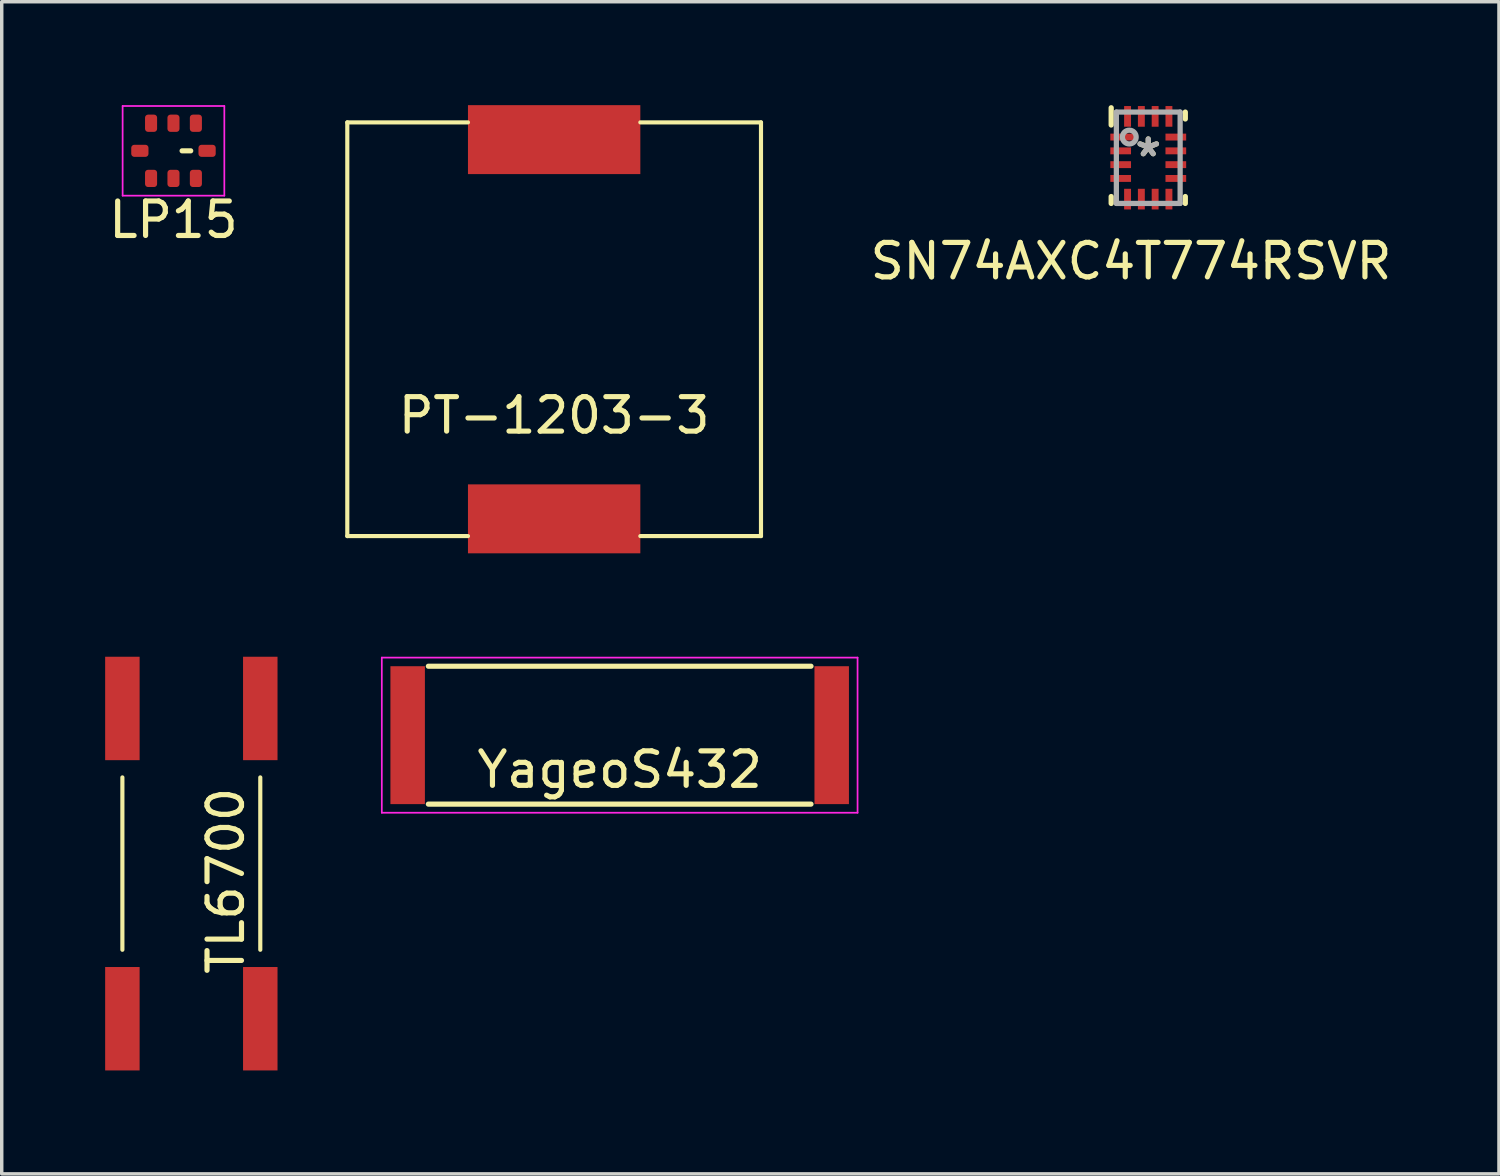
<source format=kicad_pcb>
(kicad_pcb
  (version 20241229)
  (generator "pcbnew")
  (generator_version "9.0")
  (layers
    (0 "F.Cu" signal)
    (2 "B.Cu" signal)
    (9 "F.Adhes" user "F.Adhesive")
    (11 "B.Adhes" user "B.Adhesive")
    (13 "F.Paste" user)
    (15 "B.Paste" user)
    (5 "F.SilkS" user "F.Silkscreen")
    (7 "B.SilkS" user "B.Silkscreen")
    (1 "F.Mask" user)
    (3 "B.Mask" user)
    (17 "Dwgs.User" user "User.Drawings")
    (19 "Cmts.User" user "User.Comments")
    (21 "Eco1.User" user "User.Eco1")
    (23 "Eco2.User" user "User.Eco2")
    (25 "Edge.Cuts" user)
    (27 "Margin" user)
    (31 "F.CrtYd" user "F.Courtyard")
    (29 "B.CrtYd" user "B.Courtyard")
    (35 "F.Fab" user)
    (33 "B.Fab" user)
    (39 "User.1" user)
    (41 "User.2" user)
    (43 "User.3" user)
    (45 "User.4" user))
  (footprint "PT-1203-3"
    (layer "F.Cu")
    (at 13.024 6.5)
    (property "Reference" "PT-1203-3" (at 0 2.5 0) (layer "F.SilkS") (effects (font (size 1 1) (thickness 0.15))))
    (attr through_hole)
    (fp_line (start -6 -6) (end -6 6) (stroke (width 0.12) (type solid)) (layer "F.SilkS"))
    (fp_line (start -6 6) (end -2.5 6) (stroke (width 0.12) (type solid)) (layer "F.SilkS"))
    (fp_line (start -2.5 -6) (end -6 -6) (stroke (width 0.12) (type solid)) (layer "F.SilkS"))
    (fp_line (start 2.5 6) (end 6 6) (stroke (width 0.12) (type solid)) (layer "F.SilkS"))
    (fp_line (start 6 -6) (end 2.5 -6) (stroke (width 0.12) (type solid)) (layer "F.SilkS"))
    (fp_line (start 6 6) (end 6 -6) (stroke (width 0.12) (type solid)) (layer "F.SilkS"))
    (pad "1" smd rect (at 0 -5.5) (size 5 2) (layers "F.Cu" "F.Mask" "F.Paste"))
    (pad "2" smd rect (at 0 5.5) (size 5 2) (layers "F.Cu" "F.Mask" "F.Paste")))
  (footprint "LP15"
    (layer "F.Cu")
    (at 1.982 1.325)
    (property "Reference" "LP15" (at 0 2 0) (layer "F.SilkS") (effects (font (size 1 1) (thickness 0.15))))
    (attr smd)
    (fp_line (start 0.25 0) (end 0.5 0) (stroke (width 0.15) (type solid)) (layer "F.SilkS"))
    (fp_line (start -1.475 -1.3) (end 1.475 -1.3) (stroke (width 0.05) (type solid)) (layer "F.CrtYd"))
    (fp_line (start -1.475 1.3) (end -1.475 -1.3) (stroke (width 0.05) (type solid)) (layer "F.CrtYd"))
    (fp_line (start 1.475 -1.3) (end 1.475 1.3) (stroke (width 0.05) (type solid)) (layer "F.CrtYd"))
    (fp_line (start 1.475 1.3) (end -1.475 1.3) (stroke (width 0.05) (type solid)) (layer "F.CrtYd"))
    (pad "1" smd roundrect (at 0.65 -0.8 90) (size 0.5 0.35) (layers "F.Cu" "F.Mask" "F.Paste") (roundrect_rratio 0.25))
    (pad "2" smd roundrect (at 0 -0.8 90) (size 0.5 0.35) (layers "F.Cu" "F.Mask" "F.Paste") (roundrect_rratio 0.25))
    (pad "3" smd roundrect (at -0.65 -0.8 90) (size 0.5 0.35) (layers "F.Cu" "F.Mask" "F.Paste") (roundrect_rratio 0.25))
    (pad "4" smd roundrect (at -0.975 0 180) (size 0.5 0.35) (layers "F.Cu" "F.Mask" "F.Paste") (roundrect_rratio 0.25))
    (pad "5" smd roundrect (at -0.65 0.8 90) (size 0.5 0.35) (layers "F.Cu" "F.Mask" "F.Paste") (roundrect_rratio 0.25))
    (pad "6" smd roundrect (at 0 0.8 90) (size 0.5 0.35) (layers "F.Cu" "F.Mask" "F.Paste") (roundrect_rratio 0.25))
    (pad "7" smd roundrect (at 0.65 0.8 90) (size 0.5 0.35) (layers "F.Cu" "F.Mask" "F.Paste") (roundrect_rratio 0.25))
    (pad "8" smd roundrect (at 0.975 0 180) (size 0.5 0.35) (layers "F.Cu" "F.Mask" "F.Paste") (roundrect_rratio 0.25)))
  (footprint "YageoS432"
    (layer "F.Cu")
    (at 14.925 18.275)
    (property "Reference" "YageoS432" (at 0 1 0) (layer "F.SilkS") (effects (font (size 1 1) (thickness 0.15))))
    (attr through_hole)
    (fp_line (start -5.55 -2) (end 5.55 -2) (stroke (width 0.15) (type solid)) (layer "F.SilkS"))
    (fp_line (start -5.55 2) (end 5.55 2) (stroke (width 0.15) (type solid)) (layer "F.SilkS"))
    (fp_line (start -6.9 -2.25) (end 6.9 -2.25) (stroke (width 0.05) (type solid)) (layer "F.CrtYd"))
    (fp_line (start -6.9 2.25) (end -6.9 -2.25) (stroke (width 0.05) (type solid)) (layer "F.CrtYd"))
    (fp_line (start 6.9 -2.25) (end 6.9 2.25) (stroke (width 0.05) (type solid)) (layer "F.CrtYd"))
    (fp_line (start 6.9 2.25) (end -6.9 2.25) (stroke (width 0.05) (type solid)) (layer "F.CrtYd"))
    (pad "1" smd rect (at -6.15 0) (size 1 4) (layers "F.Cu" "F.Mask" "F.Paste"))
    (pad "2" smd rect (at 6.15 0) (size 1 4) (layers "F.Cu" "F.Mask" "F.Paste")))
  (footprint "TL6700"
    (layer "F.Cu")
    (at 2.5 22)
    (property "Reference" "TL6700" (at 1 0.5 90) (layer "F.SilkS") (effects (font (size 1 1) (thickness 0.15))))
    (attr through_hole)
    (fp_line (start -2 -2.5) (end -2 2.5) (stroke (width 0.12) (type solid)) (layer "F.SilkS"))
    (fp_line (start 2 2.5) (end 2 -2.5) (stroke (width 0.12) (type solid)) (layer "F.SilkS"))
    (pad "1" smd rect (at -2 -4.5) (size 1 3) (layers "F.Cu" "F.Mask" "F.Paste"))
    (pad "2" smd rect (at 2 4.5) (size 1 3) (layers "F.Cu" "F.Mask" "F.Paste"))
    (pad "3" smd rect (at 2 -4.5) (size 1 3) (layers "F.Cu" "F.Mask" "F.Paste"))
    (pad "4" smd rect (at -2 4.5) (size 1 3) (layers "F.Cu" "F.Mask" "F.Paste")))
  (footprint "SN74AXC4T774RSVR"
    (layer "F.Cu")
    (at 30.257 1.526)
    (property "Reference" "SN74AXC4T774RSVR" (at -0.5 3 0) (layer "F.SilkS") (effects (font (size 1 1) (thickness 0.15))))
    (attr smd)
    (fp_line (start -1.075 1.325) (end -1.075 1.125) (stroke (width 0.152) (type solid)) (layer "F.SilkS"))
    (fp_line (start -1.075 -0.95) (end -1.075 -1.45) (stroke (width 0.152) (type solid)) (layer "F.SilkS"))
    (fp_line (start 1.075 -1.125) (end 1.075 -1.325) (stroke (width 0.152) (type solid)) (layer "F.SilkS"))
    (fp_line (start 1.075 1.325) (end 1.075 1.125) (stroke (width 0.152) (type solid)) (layer "F.SilkS"))
    (fp_line (start -0.925 -1.325) (end 0.925 -1.325) (stroke (width 0.152) (type solid)) (layer "F.Fab"))
    (fp_line (start -0.925 1.325) (end -0.925 -1.325) (stroke (width 0.152) (type solid)) (layer "F.Fab"))
    (fp_line (start -0.925 1.325) (end 0.925 1.325) (stroke (width 0.152) (type solid)) (layer "F.Fab"))
    (fp_line (start 0.925 1.325) (end 0.925 -1.325) (stroke (width 0.152) (type solid)) (layer "F.Fab"))
    (fp_circle (center -0.55 -0.6) (end -0.35 -0.6) (stroke (width 0.152) (type solid)) (fill no) (layer "F.Fab"))
    (fp_text user "*" (at 0 0 0) (layer "F.SilkS") (effects (font (size 1 1) (thickness 0.15))))
    (fp_text user "*" (at 0 0 0) (layer "F.Fab") (effects (font (size 1 1) (thickness 0.15))))
    (pad "1" smd rect (at -0.75 -0.6 90) (size 0.2 0.7) (layers "F.Cu" "F.Mask" "F.Paste"))
    (pad "2" smd rect (at -0.8 -0.2 90) (size 0.2 0.6) (layers "F.Cu" "F.Mask" "F.Paste"))
    (pad "3" smd rect (at -0.8 0.2 90) (size 0.2 0.6) (layers "F.Cu" "F.Mask" "F.Paste"))
    (pad "4" smd rect (at -0.8 0.6 90) (size 0.2 0.6) (layers "F.Cu" "F.Mask" "F.Paste"))
    (pad "5" smd rect (at -0.6 1.2) (size 0.2 0.6) (layers "F.Cu" "F.Mask" "F.Paste"))
    (pad "6" smd rect (at -0.2 1.2) (size 0.2 0.6) (layers "F.Cu" "F.Mask" "F.Paste"))
    (pad "7" smd rect (at 0.2 1.2) (size 0.2 0.6) (layers "F.Cu" "F.Mask" "F.Paste"))
    (pad "8" smd rect (at 0.6 1.2) (size 0.2 0.6) (layers "F.Cu" "F.Mask" "F.Paste"))
    (pad "9" smd rect (at 0.8 0.6 90) (size 0.2 0.6) (layers "F.Cu" "F.Mask" "F.Paste"))
    (pad "10" smd rect (at 0.8 0.2 90) (size 0.2 0.6) (layers "F.Cu" "F.Mask" "F.Paste"))
    (pad "11" smd rect (at 0.8 -0.2 90) (size 0.2 0.6) (layers "F.Cu" "F.Mask" "F.Paste"))
    (pad "12" smd rect (at 0.8 -0.6 90) (size 0.2 0.6) (layers "F.Cu" "F.Mask" "F.Paste"))
    (pad "13" smd rect (at 0.6 -1.2) (size 0.2 0.6) (layers "F.Cu" "F.Mask" "F.Paste"))
    (pad "14" smd rect (at 0.2 -1.2) (size 0.2 0.6) (layers "F.Cu" "F.Mask" "F.Paste"))
    (pad "15" smd rect (at -0.2 -1.2) (size 0.2 0.6) (layers "F.Cu" "F.Mask" "F.Paste"))
    (pad "16" smd rect (at -0.6 -1.2) (size 0.2 0.6) (layers "F.Cu" "F.Mask" "F.Paste")))
  (gr_rect
    (start -3 -3)
    (end 40.43 31)
    (stroke (width 0.1) (type default))
    (fill no)
    (layer "Edge.Cuts")))
</source>
